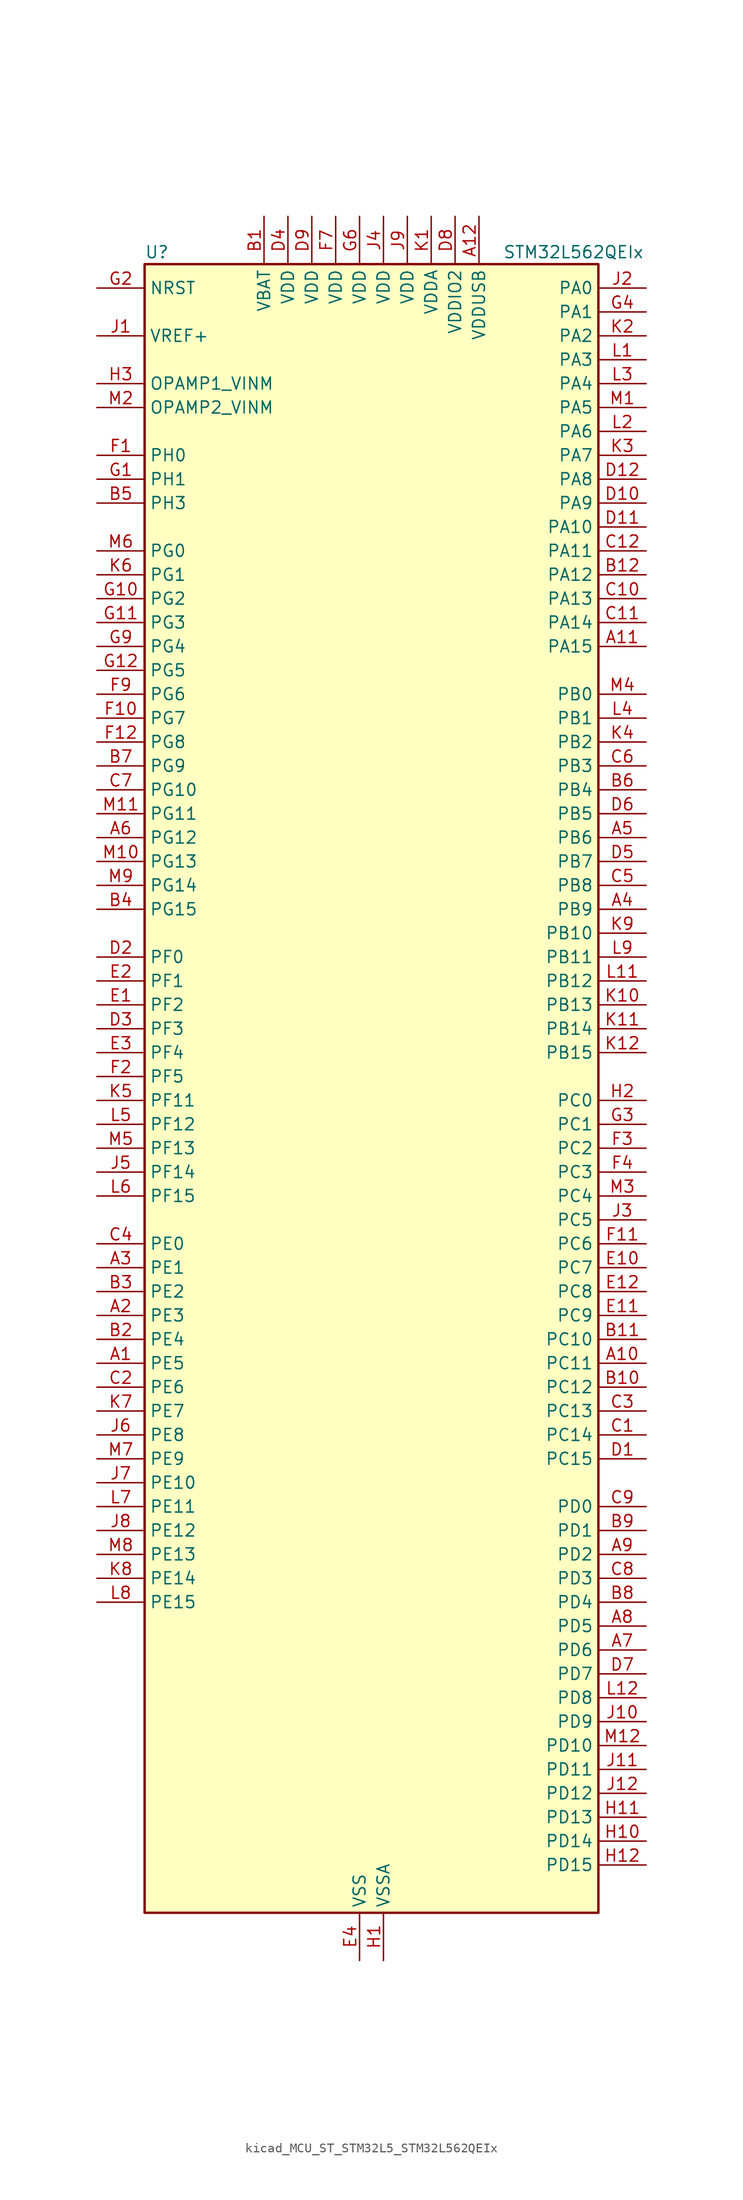
<source format=kicad_sym>
(kicad_symbol_lib
  (version 20220914)
  (generator kicad_symbol_editor)
  (symbol "kicad_MCU_ST_STM32L5_STM32L562QEIx"
    (property "Reference" "U"
      (at -22.86 90.17 0)
      (effects (font (size 1.27 1.27)) (justify left)))
    (property "Value" "STM32L562QEIx"
      (at 15.24 90.17 0)
      (effects (font (size 1.27 1.27)) (justify left)))
    (property "ki_locked" ""
      (at 0 0 0)
      (effects (font (size 1.27 1.27))))
    (symbol "kicad_MCU_ST_STM32L5_STM32L562QEIx_0_1"
      (rectangle (start -22.86 -86.36) (end 25.4 88.9) (stroke (width 0.254) (type default)) (fill (type background))))
    (symbol "kicad_MCU_ST_STM32L5_STM32L562QEIx_1_1"
      (pin bidirectional line (at -27.94 -27.94 0) (length 5.08) (name "PE5" (effects (font (size 1.27 1.27)))) (number "A1" (effects (font (size 1.27 1.27)))) (alternate "DEBUG_TRACED2" bidirectional line) (alternate "DFSDM1_CKIN3" bidirectional line) (alternate "FMC_A21" bidirectional line) (alternate "SAI1_CK2" bidirectional line) (alternate "SAI1_SCK_A" bidirectional line) (alternate "TIM3_CH3" bidirectional line) (alternate "TSC_G7_IO4" bidirectional line))
      (pin bidirectional line (at 30.48 -27.94 180) (length 5.08) (name "PC11" (effects (font (size 1.27 1.27)))) (number "A10" (effects (font (size 1.27 1.27)))) (alternate "ADC1_EXTI11" bidirectional line) (alternate "ADC2_EXTI11" bidirectional line) (alternate "LPTIM3_IN1" bidirectional line) (alternate "OCTOSPI1_NCS" bidirectional line) (alternate "SAI2_MCLK_B" bidirectional line) (alternate "SDMMC1_D3" bidirectional line) (alternate "SPI3_MISO" bidirectional line) (alternate "TSC_G3_IO3" bidirectional line) (alternate "UART4_RX" bidirectional line) (alternate "UCPD1_FRSTX2" bidirectional line) (alternate "USART3_RX" bidirectional line))
      (pin bidirectional line (at 30.48 48.26 180) (length 5.08) (name "PA15" (effects (font (size 1.27 1.27)))) (number "A11" (effects (font (size 1.27 1.27)))) (alternate "ADC1_EXTI15" bidirectional line) (alternate "ADC2_EXTI15" bidirectional line) (alternate "DEBUG_JTDI" bidirectional line) (alternate "SAI2_FS_B" bidirectional line) (alternate "SPI1_NSS" bidirectional line) (alternate "SPI3_NSS" bidirectional line) (alternate "TIM2_CH1" bidirectional line) (alternate "TIM2_ETR" bidirectional line) (alternate "UART4_DE" bidirectional line) (alternate "UART4_RTS" bidirectional line) (alternate "UCPD1_CC1" bidirectional line) (alternate "USART2_RX" bidirectional line) (alternate "USART3_DE" bidirectional line) (alternate "USART3_RTS" bidirectional line))
      (pin power_in line (at 12.7 93.98 270) (length 5.08) (name "VDDUSB" (effects (font (size 1.27 1.27)))) (number "A12" (effects (font (size 1.27 1.27)))))
      (pin bidirectional line (at -27.94 -22.86 0) (length 5.08) (name "PE3" (effects (font (size 1.27 1.27)))) (number "A2" (effects (font (size 1.27 1.27)))) (alternate "DEBUG_TRACED0" bidirectional line) (alternate "FMC_A19" bidirectional line) (alternate "OCTOSPI1_DQS" bidirectional line) (alternate "SAI1_SD_B" bidirectional line) (alternate "TIM3_CH1" bidirectional line) (alternate "TSC_G7_IO2" bidirectional line))
      (pin bidirectional line (at -27.94 -17.78 0) (length 5.08) (name "PE1" (effects (font (size 1.27 1.27)))) (number "A3" (effects (font (size 1.27 1.27)))) (alternate "FMC_NBL1" bidirectional line) (alternate "TIM17_CH1" bidirectional line))
      (pin bidirectional line (at 30.48 20.32 180) (length 5.08) (name "PB9" (effects (font (size 1.27 1.27)))) (number "A4" (effects (font (size 1.27 1.27)))) (alternate "DAC1_EXTI9" bidirectional line) (alternate "FDCAN1_TX" bidirectional line) (alternate "I2C1_SDA" bidirectional line) (alternate "IR_OUT" bidirectional line) (alternate "SAI1_D2" bidirectional line) (alternate "SAI1_FS_A" bidirectional line) (alternate "SDMMC1_CDIR" bidirectional line) (alternate "SDMMC1_D5" bidirectional line) (alternate "SPI2_NSS" bidirectional line) (alternate "TIM17_CH1" bidirectional line) (alternate "TIM4_CH4" bidirectional line))
      (pin bidirectional line (at 30.48 27.94 180) (length 5.08) (name "PB6" (effects (font (size 1.27 1.27)))) (number "A5" (effects (font (size 1.27 1.27)))) (alternate "COMP2_INP" bidirectional line) (alternate "I2C1_SCL" bidirectional line) (alternate "I2C4_SCL" bidirectional line) (alternate "LPTIM1_ETR" bidirectional line) (alternate "SAI1_FS_B" bidirectional line) (alternate "TIM16_CH1N" bidirectional line) (alternate "TIM4_CH1" bidirectional line) (alternate "TIM8_BKIN2" bidirectional line) (alternate "TSC_G2_IO3" bidirectional line) (alternate "USART1_TX" bidirectional line))
      (pin bidirectional line (at -27.94 27.94 0) (length 5.08) (name "PG12" (effects (font (size 1.27 1.27)))) (number "A6" (effects (font (size 1.27 1.27)))) (alternate "FMC_NE4" bidirectional line) (alternate "LPTIM1_ETR" bidirectional line) (alternate "SAI2_SD_A" bidirectional line) (alternate "SPI3_NSS" bidirectional line) (alternate "USART1_DE" bidirectional line) (alternate "USART1_RTS" bidirectional line))
      (pin bidirectional line (at 30.48 -58.42 180) (length 5.08) (name "PD6" (effects (font (size 1.27 1.27)))) (number "A7" (effects (font (size 1.27 1.27)))) (alternate "DFSDM1_DATIN1" bidirectional line) (alternate "FMC_NWAIT" bidirectional line) (alternate "OCTOSPI1_IO6" bidirectional line) (alternate "SAI1_D1" bidirectional line) (alternate "SAI1_SD_A" bidirectional line) (alternate "SPI3_MOSI" bidirectional line) (alternate "USART2_RX" bidirectional line))
      (pin bidirectional line (at 30.48 -55.88 180) (length 5.08) (name "PD5" (effects (font (size 1.27 1.27)))) (number "A8" (effects (font (size 1.27 1.27)))) (alternate "FMC_NWE" bidirectional line) (alternate "OCTOSPI1_IO5" bidirectional line) (alternate "USART2_TX" bidirectional line))
      (pin bidirectional line (at 30.48 -48.26 180) (length 5.08) (name "PD2" (effects (font (size 1.27 1.27)))) (number "A9" (effects (font (size 1.27 1.27)))) (alternate "DEBUG_TRACED2" bidirectional line) (alternate "SDMMC1_CMD" bidirectional line) (alternate "TIM3_ETR" bidirectional line) (alternate "TSC_SYNC" bidirectional line) (alternate "UART5_RX" bidirectional line) (alternate "USART3_DE" bidirectional line) (alternate "USART3_RTS" bidirectional line))
      (pin power_in line (at -10.16 93.98 270) (length 5.08) (name "VBAT" (effects (font (size 1.27 1.27)))) (number "B1" (effects (font (size 1.27 1.27)))))
      (pin bidirectional line (at 30.48 -30.48 180) (length 5.08) (name "PC12" (effects (font (size 1.27 1.27)))) (number "B10" (effects (font (size 1.27 1.27)))) (alternate "DEBUG_TRACED3" bidirectional line) (alternate "SAI2_SD_B" bidirectional line) (alternate "SDMMC1_CK" bidirectional line) (alternate "SPI3_MOSI" bidirectional line) (alternate "TSC_G3_IO4" bidirectional line) (alternate "UART5_TX" bidirectional line) (alternate "USART3_CK" bidirectional line))
      (pin bidirectional line (at 30.48 -25.4 180) (length 5.08) (name "PC10" (effects (font (size 1.27 1.27)))) (number "B11" (effects (font (size 1.27 1.27)))) (alternate "DEBUG_TRACED1" bidirectional line) (alternate "LPTIM3_ETR" bidirectional line) (alternate "SAI2_SCK_B" bidirectional line) (alternate "SDMMC1_D2" bidirectional line) (alternate "SPI3_SCK" bidirectional line) (alternate "TSC_G3_IO2" bidirectional line) (alternate "UART4_TX" bidirectional line) (alternate "USART3_TX" bidirectional line))
      (pin bidirectional line (at 30.48 55.88 180) (length 5.08) (name "PA12" (effects (font (size 1.27 1.27)))) (number "B12" (effects (font (size 1.27 1.27)))) (alternate "FDCAN1_TX" bidirectional line) (alternate "SPI1_MOSI" bidirectional line) (alternate "TIM1_ETR" bidirectional line) (alternate "USART1_DE" bidirectional line) (alternate "USART1_RTS" bidirectional line) (alternate "USB_DP" bidirectional line))
      (pin bidirectional line (at -27.94 -25.4 0) (length 5.08) (name "PE4" (effects (font (size 1.27 1.27)))) (number "B2" (effects (font (size 1.27 1.27)))) (alternate "DEBUG_TRACED1" bidirectional line) (alternate "DFSDM1_DATIN3" bidirectional line) (alternate "FMC_A20" bidirectional line) (alternate "SAI1_D2" bidirectional line) (alternate "SAI1_FS_A" bidirectional line) (alternate "TIM3_CH2" bidirectional line) (alternate "TSC_G7_IO3" bidirectional line))
      (pin bidirectional line (at -27.94 -20.32 0) (length 5.08) (name "PE2" (effects (font (size 1.27 1.27)))) (number "B3" (effects (font (size 1.27 1.27)))) (alternate "DEBUG_TRACECLK" bidirectional line) (alternate "FMC_A23" bidirectional line) (alternate "SAI1_CK1" bidirectional line) (alternate "SAI1_MCLK_A" bidirectional line) (alternate "TIM3_ETR" bidirectional line) (alternate "TSC_G7_IO1" bidirectional line))
      (pin bidirectional line (at -27.94 20.32 0) (length 5.08) (name "PG15" (effects (font (size 1.27 1.27)))) (number "B4" (effects (font (size 1.27 1.27)))) (alternate "ADC1_EXTI15" bidirectional line) (alternate "ADC2_EXTI15" bidirectional line) (alternate "I2C1_SMBA" bidirectional line) (alternate "LPTIM1_OUT" bidirectional line))
      (pin bidirectional line (at -27.94 63.5 0) (length 5.08) (name "PH3" (effects (font (size 1.27 1.27)))) (number "B5" (effects (font (size 1.27 1.27)))))
      (pin bidirectional line (at 30.48 33.02 180) (length 5.08) (name "PB4" (effects (font (size 1.27 1.27)))) (number "B6" (effects (font (size 1.27 1.27)))) (alternate "COMP2_INP" bidirectional line) (alternate "DEBUG_JTRST" bidirectional line) (alternate "I2C3_SDA" bidirectional line) (alternate "SAI1_MCLK_B" bidirectional line) (alternate "SPI1_MISO" bidirectional line) (alternate "SPI3_MISO" bidirectional line) (alternate "TIM17_BKIN" bidirectional line) (alternate "TIM3_CH1" bidirectional line) (alternate "TSC_G2_IO1" bidirectional line) (alternate "UART5_DE" bidirectional line) (alternate "UART5_RTS" bidirectional line) (alternate "USART1_CTS" bidirectional line) (alternate "USART1_NSS" bidirectional line))
      (pin bidirectional line (at -27.94 35.56 0) (length 5.08) (name "PG9" (effects (font (size 1.27 1.27)))) (number "B7" (effects (font (size 1.27 1.27)))) (alternate "DAC1_EXTI9" bidirectional line) (alternate "FMC_NCE" bidirectional line) (alternate "FMC_NE2" bidirectional line) (alternate "SAI2_SCK_A" bidirectional line) (alternate "SPI3_SCK" bidirectional line) (alternate "TIM15_CH1N" bidirectional line) (alternate "USART1_TX" bidirectional line))
      (pin bidirectional line (at 30.48 -53.34 180) (length 5.08) (name "PD4" (effects (font (size 1.27 1.27)))) (number "B8" (effects (font (size 1.27 1.27)))) (alternate "DFSDM1_CKIN0" bidirectional line) (alternate "FMC_NOE" bidirectional line) (alternate "OCTOSPI1_IO4" bidirectional line) (alternate "SPI2_MOSI" bidirectional line) (alternate "USART2_DE" bidirectional line) (alternate "USART2_RTS" bidirectional line))
      (pin bidirectional line (at 30.48 -45.72 180) (length 5.08) (name "PD1" (effects (font (size 1.27 1.27)))) (number "B9" (effects (font (size 1.27 1.27)))) (alternate "FDCAN1_TX" bidirectional line) (alternate "FMC_D3" bidirectional line) (alternate "FMC_DA3" bidirectional line) (alternate "SPI2_SCK" bidirectional line))
      (pin bidirectional line (at 30.48 -35.56 180) (length 5.08) (name "PC14" (effects (font (size 1.27 1.27)))) (number "C1" (effects (font (size 1.27 1.27)))) (alternate "RCC_OSC32_IN" bidirectional line))
      (pin bidirectional line (at 30.48 53.34 180) (length 5.08) (name "PA13" (effects (font (size 1.27 1.27)))) (number "C10" (effects (font (size 1.27 1.27)))) (alternate "DEBUG_JTMS-SWDIO" bidirectional line) (alternate "IR_OUT" bidirectional line) (alternate "SAI1_SD_B" bidirectional line) (alternate "USB_NOE" bidirectional line))
      (pin bidirectional line (at 30.48 50.8 180) (length 5.08) (name "PA14" (effects (font (size 1.27 1.27)))) (number "C11" (effects (font (size 1.27 1.27)))) (alternate "DEBUG_JTCK-SWCLK" bidirectional line) (alternate "I2C1_SMBA" bidirectional line) (alternate "I2C4_SMBA" bidirectional line) (alternate "LPTIM1_OUT" bidirectional line) (alternate "SAI1_FS_B" bidirectional line))
      (pin bidirectional line (at 30.48 58.42 180) (length 5.08) (name "PA11" (effects (font (size 1.27 1.27)))) (number "C12" (effects (font (size 1.27 1.27)))) (alternate "ADC1_EXTI11" bidirectional line) (alternate "ADC2_EXTI11" bidirectional line) (alternate "FDCAN1_RX" bidirectional line) (alternate "SPI1_MISO" bidirectional line) (alternate "TIM1_BKIN2" bidirectional line) (alternate "TIM1_CH4" bidirectional line) (alternate "USART1_CTS" bidirectional line) (alternate "USART1_NSS" bidirectional line) (alternate "USB_DM" bidirectional line))
      (pin bidirectional line (at -27.94 -30.48 0) (length 5.08) (name "PE6" (effects (font (size 1.27 1.27)))) (number "C2" (effects (font (size 1.27 1.27)))) (alternate "DEBUG_TRACED3" bidirectional line) (alternate "FMC_A22" bidirectional line) (alternate "PWR_WKUP3" bidirectional line) (alternate "SAI1_D1" bidirectional line) (alternate "SAI1_SD_A" bidirectional line) (alternate "TAMP_IN3" bidirectional line) (alternate "TAMP_OUT6" bidirectional line) (alternate "TIM3_CH4" bidirectional line))
      (pin bidirectional line (at 30.48 -33.02 180) (length 5.08) (name "PC13" (effects (font (size 1.27 1.27)))) (number "C3" (effects (font (size 1.27 1.27)))) (alternate "PWR_WKUP2" bidirectional line) (alternate "RTC_OUT1" bidirectional line) (alternate "RTC_TS" bidirectional line) (alternate "TAMP_IN1" bidirectional line) (alternate "TAMP_OUT2" bidirectional line))
      (pin bidirectional line (at -27.94 -15.24 0) (length 5.08) (name "PE0" (effects (font (size 1.27 1.27)))) (number "C4" (effects (font (size 1.27 1.27)))) (alternate "FMC_NBL0" bidirectional line) (alternate "TIM16_CH1" bidirectional line) (alternate "TIM4_ETR" bidirectional line))
      (pin bidirectional line (at 30.48 22.86 180) (length 5.08) (name "PB8" (effects (font (size 1.27 1.27)))) (number "C5" (effects (font (size 1.27 1.27)))) (alternate "DFSDM1_CKOUT" bidirectional line) (alternate "FDCAN1_RX" bidirectional line) (alternate "I2C1_SCL" bidirectional line) (alternate "SAI1_CK1" bidirectional line) (alternate "SAI1_MCLK_A" bidirectional line) (alternate "SDMMC1_CKIN" bidirectional line) (alternate "SDMMC1_D4" bidirectional line) (alternate "TIM16_CH1" bidirectional line) (alternate "TIM4_CH3" bidirectional line))
      (pin bidirectional line (at 30.48 35.56 180) (length 5.08) (name "PB3" (effects (font (size 1.27 1.27)))) (number "C6" (effects (font (size 1.27 1.27)))) (alternate "COMP2_INM" bidirectional line) (alternate "CRS_SYNC" bidirectional line) (alternate "DEBUG_JTDO-SWO" bidirectional line) (alternate "SAI1_SCK_B" bidirectional line) (alternate "SPI1_SCK" bidirectional line) (alternate "SPI3_SCK" bidirectional line) (alternate "TIM2_CH2" bidirectional line) (alternate "USART1_DE" bidirectional line) (alternate "USART1_RTS" bidirectional line))
      (pin bidirectional line (at -27.94 33.02 0) (length 5.08) (name "PG10" (effects (font (size 1.27 1.27)))) (number "C7" (effects (font (size 1.27 1.27)))) (alternate "FMC_NE3" bidirectional line) (alternate "LPTIM1_IN1" bidirectional line) (alternate "SAI2_FS_A" bidirectional line) (alternate "SPI3_MISO" bidirectional line) (alternate "TIM15_CH1" bidirectional line) (alternate "USART1_RX" bidirectional line))
      (pin bidirectional line (at 30.48 -50.8 180) (length 5.08) (name "PD3" (effects (font (size 1.27 1.27)))) (number "C8" (effects (font (size 1.27 1.27)))) (alternate "DFSDM1_DATIN0" bidirectional line) (alternate "FMC_CLK" bidirectional line) (alternate "SPI2_MISO" bidirectional line) (alternate "SPI2_SCK" bidirectional line) (alternate "USART2_CTS" bidirectional line) (alternate "USART2_NSS" bidirectional line))
      (pin bidirectional line (at 30.48 -43.18 180) (length 5.08) (name "PD0" (effects (font (size 1.27 1.27)))) (number "C9" (effects (font (size 1.27 1.27)))) (alternate "FDCAN1_RX" bidirectional line) (alternate "FMC_D2" bidirectional line) (alternate "FMC_DA2" bidirectional line) (alternate "SPI2_NSS" bidirectional line))
      (pin bidirectional line (at 30.48 -38.1 180) (length 5.08) (name "PC15" (effects (font (size 1.27 1.27)))) (number "D1" (effects (font (size 1.27 1.27)))) (alternate "ADC1_EXTI15" bidirectional line) (alternate "ADC2_EXTI15" bidirectional line) (alternate "RCC_OSC32_OUT" bidirectional line))
      (pin bidirectional line (at 30.48 63.5 180) (length 5.08) (name "PA9" (effects (font (size 1.27 1.27)))) (number "D10" (effects (font (size 1.27 1.27)))) (alternate "DAC1_EXTI9" bidirectional line) (alternate "SAI1_FS_A" bidirectional line) (alternate "SPI2_SCK" bidirectional line) (alternate "TIM15_BKIN" bidirectional line) (alternate "TIM1_CH2" bidirectional line) (alternate "USART1_TX" bidirectional line))
      (pin bidirectional line (at 30.48 60.96 180) (length 5.08) (name "PA10" (effects (font (size 1.27 1.27)))) (number "D11" (effects (font (size 1.27 1.27)))) (alternate "CRS_SYNC" bidirectional line) (alternate "SAI1_D1" bidirectional line) (alternate "SAI1_SD_A" bidirectional line) (alternate "TIM17_BKIN" bidirectional line) (alternate "TIM1_CH3" bidirectional line) (alternate "USART1_RX" bidirectional line))
      (pin bidirectional line (at 30.48 66.04 180) (length 5.08) (name "PA8" (effects (font (size 1.27 1.27)))) (number "D12" (effects (font (size 1.27 1.27)))) (alternate "LPTIM2_OUT" bidirectional line) (alternate "RCC_MCO" bidirectional line) (alternate "SAI1_CK2" bidirectional line) (alternate "SAI1_SCK_A" bidirectional line) (alternate "TIM1_CH1" bidirectional line) (alternate "USART1_CK" bidirectional line))
      (pin bidirectional line (at -27.94 15.24 0) (length 5.08) (name "PF0" (effects (font (size 1.27 1.27)))) (number "D2" (effects (font (size 1.27 1.27)))) (alternate "FMC_A0" bidirectional line) (alternate "I2C2_SDA" bidirectional line))
      (pin bidirectional line (at -27.94 7.62 0) (length 5.08) (name "PF3" (effects (font (size 1.27 1.27)))) (number "D3" (effects (font (size 1.27 1.27)))) (alternate "FMC_A3" bidirectional line) (alternate "LPTIM3_IN1" bidirectional line))
      (pin power_in line (at -7.62 93.98 270) (length 5.08) (name "VDD" (effects (font (size 1.27 1.27)))) (number "D4" (effects (font (size 1.27 1.27)))))
      (pin bidirectional line (at 30.48 25.4 180) (length 5.08) (name "PB7" (effects (font (size 1.27 1.27)))) (number "D5" (effects (font (size 1.27 1.27)))) (alternate "COMP2_INM" bidirectional line) (alternate "FMC_NL" bidirectional line) (alternate "I2C1_SDA" bidirectional line) (alternate "I2C4_SDA" bidirectional line) (alternate "LPTIM1_IN2" bidirectional line) (alternate "PWR_PVD_IN" bidirectional line) (alternate "TIM17_CH1N" bidirectional line) (alternate "TIM4_CH2" bidirectional line) (alternate "TIM8_BKIN" bidirectional line) (alternate "TSC_G2_IO4" bidirectional line) (alternate "UART4_CTS" bidirectional line) (alternate "USART1_RX" bidirectional line))
      (pin bidirectional line (at 30.48 30.48 180) (length 5.08) (name "PB5" (effects (font (size 1.27 1.27)))) (number "D6" (effects (font (size 1.27 1.27)))) (alternate "COMP2_OUT" bidirectional line) (alternate "I2C1_SMBA" bidirectional line) (alternate "LPTIM1_IN1" bidirectional line) (alternate "OCTOSPI1_NCLK" bidirectional line) (alternate "SAI1_SD_B" bidirectional line) (alternate "SPI1_MOSI" bidirectional line) (alternate "SPI3_MOSI" bidirectional line) (alternate "TIM16_BKIN" bidirectional line) (alternate "TIM3_CH2" bidirectional line) (alternate "TSC_G2_IO2" bidirectional line) (alternate "UART5_CTS" bidirectional line) (alternate "UCPD1_DBCC1" bidirectional line) (alternate "USART1_CK" bidirectional line))
      (pin bidirectional line (at 30.48 -60.96 180) (length 5.08) (name "PD7" (effects (font (size 1.27 1.27)))) (number "D7" (effects (font (size 1.27 1.27)))) (alternate "DFSDM1_CKIN1" bidirectional line) (alternate "FMC_NCE" bidirectional line) (alternate "FMC_NE1" bidirectional line) (alternate "OCTOSPI1_IO7" bidirectional line) (alternate "USART2_CK" bidirectional line))
      (pin power_in line (at 10.16 93.98 270) (length 5.08) (name "VDDIO2" (effects (font (size 1.27 1.27)))) (number "D8" (effects (font (size 1.27 1.27)))))
      (pin power_in line (at -5.08 93.98 270) (length 5.08) (name "VDD" (effects (font (size 1.27 1.27)))) (number "D9" (effects (font (size 1.27 1.27)))))
      (pin bidirectional line (at -27.94 10.16 0) (length 5.08) (name "PF2" (effects (font (size 1.27 1.27)))) (number "E1" (effects (font (size 1.27 1.27)))) (alternate "FMC_A2" bidirectional line) (alternate "I2C2_SMBA" bidirectional line))
      (pin bidirectional line (at 30.48 -17.78 180) (length 5.08) (name "PC7" (effects (font (size 1.27 1.27)))) (number "E10" (effects (font (size 1.27 1.27)))) (alternate "DFSDM1_DATIN3" bidirectional line) (alternate "SAI2_MCLK_B" bidirectional line) (alternate "SDMMC1_D123DIR" bidirectional line) (alternate "SDMMC1_D7" bidirectional line) (alternate "TIM3_CH2" bidirectional line) (alternate "TIM8_CH2" bidirectional line) (alternate "TSC_G4_IO2" bidirectional line))
      (pin bidirectional line (at 30.48 -22.86 180) (length 5.08) (name "PC9" (effects (font (size 1.27 1.27)))) (number "E11" (effects (font (size 1.27 1.27)))) (alternate "DAC1_EXTI9" bidirectional line) (alternate "DEBUG_TRACED0" bidirectional line) (alternate "SAI2_EXTCLK" bidirectional line) (alternate "SDMMC1_D1" bidirectional line) (alternate "TIM3_CH4" bidirectional line) (alternate "TIM8_BKIN2" bidirectional line) (alternate "TIM8_CH4" bidirectional line) (alternate "TSC_G4_IO4" bidirectional line) (alternate "USB_NOE" bidirectional line))
      (pin bidirectional line (at 30.48 -20.32 180) (length 5.08) (name "PC8" (effects (font (size 1.27 1.27)))) (number "E12" (effects (font (size 1.27 1.27)))) (alternate "SDMMC1_D0" bidirectional line) (alternate "TIM3_CH3" bidirectional line) (alternate "TIM8_CH3" bidirectional line) (alternate "TSC_G4_IO3" bidirectional line))
      (pin bidirectional line (at -27.94 12.7 0) (length 5.08) (name "PF1" (effects (font (size 1.27 1.27)))) (number "E2" (effects (font (size 1.27 1.27)))) (alternate "FMC_A1" bidirectional line) (alternate "I2C2_SCL" bidirectional line))
      (pin bidirectional line (at -27.94 5.08 0) (length 5.08) (name "PF4" (effects (font (size 1.27 1.27)))) (number "E3" (effects (font (size 1.27 1.27)))) (alternate "FMC_A4" bidirectional line) (alternate "LPTIM3_ETR" bidirectional line))
      (pin power_in line (at 0 -91.44 90) (length 5.08) (name "VSS" (effects (font (size 1.27 1.27)))) (number "E4" (effects (font (size 1.27 1.27)))))
      (pin passive line (at 0 -91.44 90) (length 5.08) hide (name "VSS" (effects (font (size 1.27 1.27)))) (number "E9" (effects (font (size 1.27 1.27)))))
      (pin bidirectional line (at -27.94 68.58 0) (length 5.08) (name "PH0" (effects (font (size 1.27 1.27)))) (number "F1" (effects (font (size 1.27 1.27)))) (alternate "RCC_OSC_IN" bidirectional line))
      (pin bidirectional line (at -27.94 40.64 0) (length 5.08) (name "PG7" (effects (font (size 1.27 1.27)))) (number "F10" (effects (font (size 1.27 1.27)))) (alternate "DFSDM1_CKOUT" bidirectional line) (alternate "FMC_INT" bidirectional line) (alternate "I2C3_SCL" bidirectional line) (alternate "LPUART1_TX" bidirectional line) (alternate "SAI1_CK1" bidirectional line) (alternate "SAI1_MCLK_A" bidirectional line) (alternate "UCPD1_FRSTX2" bidirectional line))
      (pin bidirectional line (at 30.48 -15.24 180) (length 5.08) (name "PC6" (effects (font (size 1.27 1.27)))) (number "F11" (effects (font (size 1.27 1.27)))) (alternate "DFSDM1_CKIN3" bidirectional line) (alternate "SAI2_MCLK_A" bidirectional line) (alternate "SDMMC1_D0DIR" bidirectional line) (alternate "SDMMC1_D6" bidirectional line) (alternate "TIM3_CH1" bidirectional line) (alternate "TIM8_CH1" bidirectional line) (alternate "TSC_G4_IO1" bidirectional line))
      (pin bidirectional line (at -27.94 38.1 0) (length 5.08) (name "PG8" (effects (font (size 1.27 1.27)))) (number "F12" (effects (font (size 1.27 1.27)))) (alternate "I2C3_SDA" bidirectional line) (alternate "LPUART1_RX" bidirectional line))
      (pin bidirectional line (at -27.94 2.54 0) (length 5.08) (name "PF5" (effects (font (size 1.27 1.27)))) (number "F2" (effects (font (size 1.27 1.27)))) (alternate "FMC_A5" bidirectional line) (alternate "LPTIM3_OUT" bidirectional line))
      (pin bidirectional line (at 30.48 -5.08 180) (length 5.08) (name "PC2" (effects (font (size 1.27 1.27)))) (number "F3" (effects (font (size 1.27 1.27)))) (alternate "ADC1_IN3" bidirectional line) (alternate "ADC2_IN3" bidirectional line) (alternate "DFSDM1_CKOUT" bidirectional line) (alternate "LPTIM1_IN2" bidirectional line) (alternate "OCTOSPI1_IO5" bidirectional line) (alternate "SPI2_MISO" bidirectional line))
      (pin bidirectional line (at 30.48 -7.62 180) (length 5.08) (name "PC3" (effects (font (size 1.27 1.27)))) (number "F4" (effects (font (size 1.27 1.27)))) (alternate "ADC1_IN4" bidirectional line) (alternate "ADC2_IN4" bidirectional line) (alternate "LPTIM1_ETR" bidirectional line) (alternate "LPTIM2_ETR" bidirectional line) (alternate "LPTIM3_OUT" bidirectional line) (alternate "OCTOSPI1_IO6" bidirectional line) (alternate "SAI1_D1" bidirectional line) (alternate "SAI1_SD_A" bidirectional line) (alternate "SPI2_MOSI" bidirectional line))
      (pin passive line (at 0 -91.44 90) (length 5.08) hide (name "VSS" (effects (font (size 1.27 1.27)))) (number "F6" (effects (font (size 1.27 1.27)))))
      (pin power_in line (at -2.54 93.98 270) (length 5.08) (name "VDD" (effects (font (size 1.27 1.27)))) (number "F7" (effects (font (size 1.27 1.27)))))
      (pin bidirectional line (at -27.94 43.18 0) (length 5.08) (name "PG6" (effects (font (size 1.27 1.27)))) (number "F9" (effects (font (size 1.27 1.27)))) (alternate "I2C3_SMBA" bidirectional line) (alternate "LPUART1_DE" bidirectional line) (alternate "LPUART1_RTS" bidirectional line) (alternate "OCTOSPI1_DQS" bidirectional line) (alternate "UCPD1_FRSTX1" bidirectional line))
      (pin bidirectional line (at -27.94 66.04 0) (length 5.08) (name "PH1" (effects (font (size 1.27 1.27)))) (number "G1" (effects (font (size 1.27 1.27)))) (alternate "RCC_OSC_OUT" bidirectional line))
      (pin bidirectional line (at -27.94 53.34 0) (length 5.08) (name "PG2" (effects (font (size 1.27 1.27)))) (number "G10" (effects (font (size 1.27 1.27)))) (alternate "FMC_A12" bidirectional line) (alternate "SAI2_SCK_B" bidirectional line) (alternate "SPI1_SCK" bidirectional line))
      (pin bidirectional line (at -27.94 50.8 0) (length 5.08) (name "PG3" (effects (font (size 1.27 1.27)))) (number "G11" (effects (font (size 1.27 1.27)))) (alternate "FMC_A13" bidirectional line) (alternate "SAI2_FS_B" bidirectional line) (alternate "SPI1_MISO" bidirectional line))
      (pin bidirectional line (at -27.94 45.72 0) (length 5.08) (name "PG5" (effects (font (size 1.27 1.27)))) (number "G12" (effects (font (size 1.27 1.27)))) (alternate "FMC_A15" bidirectional line) (alternate "LPUART1_CTS" bidirectional line) (alternate "SAI2_SD_B" bidirectional line) (alternate "SPI1_NSS" bidirectional line))
      (pin input line (at -27.94 86.36 0) (length 5.08) (name "NRST" (effects (font (size 1.27 1.27)))) (number "G2" (effects (font (size 1.27 1.27)))))
      (pin bidirectional line (at 30.48 -2.54 180) (length 5.08) (name "PC1" (effects (font (size 1.27 1.27)))) (number "G3" (effects (font (size 1.27 1.27)))) (alternate "ADC1_IN2" bidirectional line) (alternate "ADC2_IN2" bidirectional line) (alternate "DEBUG_TRACED0" bidirectional line) (alternate "I2C3_SDA" bidirectional line) (alternate "LPTIM1_OUT" bidirectional line) (alternate "LPUART1_TX" bidirectional line) (alternate "OCTOSPI1_IO4" bidirectional line) (alternate "SAI1_SD_A" bidirectional line) (alternate "SPI2_MOSI" bidirectional line))
      (pin bidirectional line (at 30.48 83.82 180) (length 5.08) (name "PA1" (effects (font (size 1.27 1.27)))) (number "G4" (effects (font (size 1.27 1.27)))) (alternate "ADC1_IN6" bidirectional line) (alternate "ADC2_IN6" bidirectional line) (alternate "I2C1_SMBA" bidirectional line) (alternate "OCTOSPI1_DQS" bidirectional line) (alternate "OPAMP1_VINM" bidirectional line) (alternate "SPI1_SCK" bidirectional line) (alternate "TAMP_IN5" bidirectional line) (alternate "TAMP_OUT4" bidirectional line) (alternate "TIM15_CH1N" bidirectional line) (alternate "TIM2_CH2" bidirectional line) (alternate "TIM5_CH2" bidirectional line) (alternate "UART4_RX" bidirectional line) (alternate "USART2_DE" bidirectional line) (alternate "USART2_RTS" bidirectional line))
      (pin power_in line (at 0 93.98 270) (length 5.08) (name "VDD" (effects (font (size 1.27 1.27)))) (number "G6" (effects (font (size 1.27 1.27)))))
      (pin passive line (at 0 -91.44 90) (length 5.08) hide (name "VSS" (effects (font (size 1.27 1.27)))) (number "G7" (effects (font (size 1.27 1.27)))))
      (pin bidirectional line (at -27.94 48.26 0) (length 5.08) (name "PG4" (effects (font (size 1.27 1.27)))) (number "G9" (effects (font (size 1.27 1.27)))) (alternate "FMC_A14" bidirectional line) (alternate "SAI2_MCLK_B" bidirectional line) (alternate "SPI1_MOSI" bidirectional line))
      (pin power_in line (at 2.54 -91.44 90) (length 5.08) (name "VSSA" (effects (font (size 1.27 1.27)))) (number "H1" (effects (font (size 1.27 1.27)))))
      (pin bidirectional line (at 30.48 -78.74 180) (length 5.08) (name "PD14" (effects (font (size 1.27 1.27)))) (number "H10" (effects (font (size 1.27 1.27)))) (alternate "FMC_D0" bidirectional line) (alternate "FMC_DA0" bidirectional line) (alternate "TIM4_CH3" bidirectional line))
      (pin bidirectional line (at 30.48 -76.2 180) (length 5.08) (name "PD13" (effects (font (size 1.27 1.27)))) (number "H11" (effects (font (size 1.27 1.27)))) (alternate "FMC_A18" bidirectional line) (alternate "I2C4_SDA" bidirectional line) (alternate "LPTIM2_OUT" bidirectional line) (alternate "TIM4_CH2" bidirectional line) (alternate "TSC_G6_IO4" bidirectional line))
      (pin bidirectional line (at 30.48 -81.28 180) (length 5.08) (name "PD15" (effects (font (size 1.27 1.27)))) (number "H12" (effects (font (size 1.27 1.27)))) (alternate "ADC1_EXTI15" bidirectional line) (alternate "ADC2_EXTI15" bidirectional line) (alternate "FMC_D1" bidirectional line) (alternate "FMC_DA1" bidirectional line) (alternate "TIM4_CH4" bidirectional line))
      (pin bidirectional line (at 30.48 0 180) (length 5.08) (name "PC0" (effects (font (size 1.27 1.27)))) (number "H2" (effects (font (size 1.27 1.27)))) (alternate "ADC1_IN1" bidirectional line) (alternate "ADC2_IN1" bidirectional line) (alternate "I2C3_SCL" bidirectional line) (alternate "LPTIM1_IN1" bidirectional line) (alternate "LPTIM2_IN1" bidirectional line) (alternate "LPUART1_RX" bidirectional line) (alternate "OCTOSPI1_IO7" bidirectional line) (alternate "SAI2_FS_A" bidirectional line) (alternate "SDMMC1_D5" bidirectional line))
      (pin bidirectional line (at -27.94 76.2 0) (length 5.08) (name "OPAMP1_VINM" (effects (font (size 1.27 1.27)))) (number "H3" (effects (font (size 1.27 1.27)))) (alternate "OPAMP1_VINM" bidirectional line))
      (pin passive line (at 0 -91.44 90) (length 5.08) hide (name "VSS" (effects (font (size 1.27 1.27)))) (number "H4" (effects (font (size 1.27 1.27)))))
      (pin passive line (at 0 -91.44 90) (length 5.08) hide (name "VSS" (effects (font (size 1.27 1.27)))) (number "H9" (effects (font (size 1.27 1.27)))))
      (pin input line (at -27.94 81.28 0) (length 5.08) (name "VREF+" (effects (font (size 1.27 1.27)))) (number "J1" (effects (font (size 1.27 1.27)))))
      (pin bidirectional line (at 30.48 -66.04 180) (length 5.08) (name "PD9" (effects (font (size 1.27 1.27)))) (number "J10" (effects (font (size 1.27 1.27)))) (alternate "DAC1_EXTI9" bidirectional line) (alternate "FMC_D14" bidirectional line) (alternate "FMC_DA14" bidirectional line) (alternate "SAI2_MCLK_A" bidirectional line) (alternate "USART3_RX" bidirectional line))
      (pin bidirectional line (at 30.48 -71.12 180) (length 5.08) (name "PD11" (effects (font (size 1.27 1.27)))) (number "J11" (effects (font (size 1.27 1.27)))) (alternate "ADC1_EXTI11" bidirectional line) (alternate "ADC2_EXTI11" bidirectional line) (alternate "FMC_A16" bidirectional line) (alternate "FMC_CLE" bidirectional line) (alternate "I2C4_SMBA" bidirectional line) (alternate "LPTIM2_ETR" bidirectional line) (alternate "SAI2_SD_A" bidirectional line) (alternate "TSC_G6_IO2" bidirectional line) (alternate "USART3_CTS" bidirectional line) (alternate "USART3_NSS" bidirectional line))
      (pin bidirectional line (at 30.48 -73.66 180) (length 5.08) (name "PD12" (effects (font (size 1.27 1.27)))) (number "J12" (effects (font (size 1.27 1.27)))) (alternate "FMC_A17" bidirectional line) (alternate "FMC_ALE" bidirectional line) (alternate "I2C4_SCL" bidirectional line) (alternate "LPTIM2_IN1" bidirectional line) (alternate "SAI2_FS_A" bidirectional line) (alternate "TIM4_CH1" bidirectional line) (alternate "TSC_G6_IO3" bidirectional line) (alternate "USART3_DE" bidirectional line) (alternate "USART3_RTS" bidirectional line))
      (pin bidirectional line (at 30.48 86.36 180) (length 5.08) (name "PA0" (effects (font (size 1.27 1.27)))) (number "J2" (effects (font (size 1.27 1.27)))) (alternate "ADC1_IN5" bidirectional line) (alternate "ADC2_IN5" bidirectional line) (alternate "OPAMP1_VINP" bidirectional line) (alternate "PWR_WKUP1" bidirectional line) (alternate "SAI1_EXTCLK" bidirectional line) (alternate "TAMP_IN2" bidirectional line) (alternate "TAMP_OUT1" bidirectional line) (alternate "TIM2_CH1" bidirectional line) (alternate "TIM2_ETR" bidirectional line) (alternate "TIM5_CH1" bidirectional line) (alternate "TIM8_ETR" bidirectional line) (alternate "UART4_TX" bidirectional line) (alternate "USART2_CTS" bidirectional line) (alternate "USART2_NSS" bidirectional line))
      (pin bidirectional line (at 30.48 -12.7 180) (length 5.08) (name "PC5" (effects (font (size 1.27 1.27)))) (number "J3" (effects (font (size 1.27 1.27)))) (alternate "ADC1_IN14" bidirectional line) (alternate "ADC2_IN14" bidirectional line) (alternate "COMP1_INP" bidirectional line) (alternate "PWR_WKUP5" bidirectional line) (alternate "SAI1_D3" bidirectional line) (alternate "TAMP_IN4" bidirectional line) (alternate "TAMP_OUT5" bidirectional line) (alternate "USART3_RX" bidirectional line))
      (pin power_in line (at 2.54 93.98 270) (length 5.08) (name "VDD" (effects (font (size 1.27 1.27)))) (number "J4" (effects (font (size 1.27 1.27)))))
      (pin bidirectional line (at -27.94 -7.62 0) (length 5.08) (name "PF14" (effects (font (size 1.27 1.27)))) (number "J5" (effects (font (size 1.27 1.27)))) (alternate "FMC_A8" bidirectional line) (alternate "I2C4_SCL" bidirectional line) (alternate "TSC_G8_IO1" bidirectional line))
      (pin bidirectional line (at -27.94 -35.56 0) (length 5.08) (name "PE8" (effects (font (size 1.27 1.27)))) (number "J6" (effects (font (size 1.27 1.27)))) (alternate "DFSDM1_CKIN2" bidirectional line) (alternate "FMC_D5" bidirectional line) (alternate "FMC_DA5" bidirectional line) (alternate "SAI1_SCK_B" bidirectional line) (alternate "TIM1_CH1N" bidirectional line))
      (pin bidirectional line (at -27.94 -40.64 0) (length 5.08) (name "PE10" (effects (font (size 1.27 1.27)))) (number "J7" (effects (font (size 1.27 1.27)))) (alternate "FMC_D7" bidirectional line) (alternate "FMC_DA7" bidirectional line) (alternate "OCTOSPI1_CLK" bidirectional line) (alternate "SAI1_MCLK_B" bidirectional line) (alternate "TIM1_CH2N" bidirectional line) (alternate "TSC_G5_IO1" bidirectional line))
      (pin bidirectional line (at -27.94 -45.72 0) (length 5.08) (name "PE12" (effects (font (size 1.27 1.27)))) (number "J8" (effects (font (size 1.27 1.27)))) (alternate "FMC_D9" bidirectional line) (alternate "FMC_DA9" bidirectional line) (alternate "OCTOSPI1_IO0" bidirectional line) (alternate "SPI1_NSS" bidirectional line) (alternate "TIM1_CH3N" bidirectional line) (alternate "TSC_G5_IO3" bidirectional line))
      (pin power_in line (at 5.08 93.98 270) (length 5.08) (name "VDD" (effects (font (size 1.27 1.27)))) (number "J9" (effects (font (size 1.27 1.27)))))
      (pin power_in line (at 7.62 93.98 270) (length 5.08) (name "VDDA" (effects (font (size 1.27 1.27)))) (number "K1" (effects (font (size 1.27 1.27)))))
      (pin bidirectional line (at 30.48 10.16 180) (length 5.08) (name "PB13" (effects (font (size 1.27 1.27)))) (number "K10" (effects (font (size 1.27 1.27)))) (alternate "DFSDM1_CKIN1" bidirectional line) (alternate "I2C2_SCL" bidirectional line) (alternate "LPTIM3_IN1" bidirectional line) (alternate "LPUART1_CTS" bidirectional line) (alternate "SAI2_SCK_A" bidirectional line) (alternate "SPI2_SCK" bidirectional line) (alternate "TIM15_CH1N" bidirectional line) (alternate "TIM1_CH1N" bidirectional line) (alternate "TSC_G1_IO2" bidirectional line) (alternate "UCPD1_FRSTX2" bidirectional line) (alternate "USART3_CTS" bidirectional line) (alternate "USART3_NSS" bidirectional line))
      (pin bidirectional line (at 30.48 7.62 180) (length 5.08) (name "PB14" (effects (font (size 1.27 1.27)))) (number "K11" (effects (font (size 1.27 1.27)))) (alternate "DFSDM1_DATIN2" bidirectional line) (alternate "I2C2_SDA" bidirectional line) (alternate "LPTIM3_ETR" bidirectional line) (alternate "SAI2_MCLK_A" bidirectional line) (alternate "SPI2_MISO" bidirectional line) (alternate "TIM15_CH1" bidirectional line) (alternate "TIM1_CH2N" bidirectional line) (alternate "TIM8_CH2N" bidirectional line) (alternate "TSC_G1_IO3" bidirectional line) (alternate "UCPD1_DBCC2" bidirectional line) (alternate "USART3_DE" bidirectional line) (alternate "USART3_RTS" bidirectional line))
      (pin bidirectional line (at 30.48 5.08 180) (length 5.08) (name "PB15" (effects (font (size 1.27 1.27)))) (number "K12" (effects (font (size 1.27 1.27)))) (alternate "ADC1_EXTI15" bidirectional line) (alternate "ADC2_EXTI15" bidirectional line) (alternate "DFSDM1_CKIN2" bidirectional line) (alternate "RTC_REFIN" bidirectional line) (alternate "SAI2_SD_A" bidirectional line) (alternate "SPI2_MOSI" bidirectional line) (alternate "TIM15_CH2" bidirectional line) (alternate "TIM1_CH3N" bidirectional line) (alternate "TIM8_CH3N" bidirectional line) (alternate "UCPD1_CC2" bidirectional line))
      (pin bidirectional line (at 30.48 81.28 180) (length 5.08) (name "PA2" (effects (font (size 1.27 1.27)))) (number "K2" (effects (font (size 1.27 1.27)))) (alternate "ADC1_IN7" bidirectional line) (alternate "ADC2_IN7" bidirectional line) (alternate "COMP1_INP" bidirectional line) (alternate "LPUART1_TX" bidirectional line) (alternate "OCTOSPI1_NCS" bidirectional line) (alternate "PWR_WKUP4" bidirectional line) (alternate "RCC_LSCO" bidirectional line) (alternate "SAI2_EXTCLK" bidirectional line) (alternate "TIM15_CH1" bidirectional line) (alternate "TIM2_CH3" bidirectional line) (alternate "TIM5_CH3" bidirectional line) (alternate "UCPD1_FRSTX1" bidirectional line) (alternate "USART2_TX" bidirectional line))
      (pin bidirectional line (at 30.48 68.58 180) (length 5.08) (name "PA7" (effects (font (size 1.27 1.27)))) (number "K3" (effects (font (size 1.27 1.27)))) (alternate "ADC1_IN12" bidirectional line) (alternate "ADC2_IN12" bidirectional line) (alternate "I2C3_SCL" bidirectional line) (alternate "OCTOSPI1_IO2" bidirectional line) (alternate "OPAMP2_VINM" bidirectional line) (alternate "SPI1_MOSI" bidirectional line) (alternate "TIM17_CH1" bidirectional line) (alternate "TIM1_CH1N" bidirectional line) (alternate "TIM3_CH2" bidirectional line) (alternate "TIM8_CH1N" bidirectional line))
      (pin bidirectional line (at 30.48 38.1 180) (length 5.08) (name "PB2" (effects (font (size 1.27 1.27)))) (number "K4" (effects (font (size 1.27 1.27)))) (alternate "COMP1_INP" bidirectional line) (alternate "DFSDM1_CKIN0" bidirectional line) (alternate "I2C3_SMBA" bidirectional line) (alternate "LPTIM1_OUT" bidirectional line) (alternate "OCTOSPI1_DQS" bidirectional line) (alternate "RTC_OUT2" bidirectional line) (alternate "UCPD1_FRSTX1" bidirectional line))
      (pin bidirectional line (at -27.94 0 0) (length 5.08) (name "PF11" (effects (font (size 1.27 1.27)))) (number "K5" (effects (font (size 1.27 1.27)))) (alternate "ADC1_EXTI11" bidirectional line) (alternate "ADC2_EXTI11" bidirectional line) (alternate "OCTOSPI1_NCLK" bidirectional line))
      (pin bidirectional line (at -27.94 55.88 0) (length 5.08) (name "PG1" (effects (font (size 1.27 1.27)))) (number "K6" (effects (font (size 1.27 1.27)))) (alternate "FMC_A11" bidirectional line) (alternate "TSC_G8_IO4" bidirectional line))
      (pin bidirectional line (at -27.94 -33.02 0) (length 5.08) (name "PE7" (effects (font (size 1.27 1.27)))) (number "K7" (effects (font (size 1.27 1.27)))) (alternate "DFSDM1_DATIN2" bidirectional line) (alternate "FMC_D4" bidirectional line) (alternate "FMC_DA4" bidirectional line) (alternate "SAI1_SD_B" bidirectional line) (alternate "TIM1_ETR" bidirectional line))
      (pin bidirectional line (at -27.94 -50.8 0) (length 5.08) (name "PE14" (effects (font (size 1.27 1.27)))) (number "K8" (effects (font (size 1.27 1.27)))) (alternate "FMC_D11" bidirectional line) (alternate "FMC_DA11" bidirectional line) (alternate "OCTOSPI1_IO2" bidirectional line) (alternate "SPI1_MISO" bidirectional line) (alternate "TIM1_BKIN2" bidirectional line) (alternate "TIM1_CH4" bidirectional line))
      (pin bidirectional line (at 30.48 17.78 180) (length 5.08) (name "PB10" (effects (font (size 1.27 1.27)))) (number "K9" (effects (font (size 1.27 1.27)))) (alternate "COMP1_OUT" bidirectional line) (alternate "I2C2_SCL" bidirectional line) (alternate "I2C4_SCL" bidirectional line) (alternate "LPTIM3_OUT" bidirectional line) (alternate "LPUART1_RX" bidirectional line) (alternate "OCTOSPI1_CLK" bidirectional line) (alternate "SAI1_SCK_A" bidirectional line) (alternate "SPI2_SCK" bidirectional line) (alternate "TIM2_CH3" bidirectional line) (alternate "TSC_SYNC" bidirectional line) (alternate "USART3_TX" bidirectional line))
      (pin bidirectional line (at 30.48 78.74 180) (length 5.08) (name "PA3" (effects (font (size 1.27 1.27)))) (number "L1" (effects (font (size 1.27 1.27)))) (alternate "ADC1_IN8" bidirectional line) (alternate "ADC2_IN8" bidirectional line) (alternate "LPUART1_RX" bidirectional line) (alternate "OCTOSPI1_CLK" bidirectional line) (alternate "OPAMP1_VOUT" bidirectional line) (alternate "SAI1_CK1" bidirectional line) (alternate "SAI1_MCLK_A" bidirectional line) (alternate "TIM15_CH2" bidirectional line) (alternate "TIM2_CH4" bidirectional line) (alternate "TIM5_CH4" bidirectional line) (alternate "USART2_RX" bidirectional line))
      (pin passive line (at 0 -91.44 90) (length 5.08) hide (name "VSS" (effects (font (size 1.27 1.27)))) (number "L10" (effects (font (size 1.27 1.27)))))
      (pin bidirectional line (at 30.48 12.7 180) (length 5.08) (name "PB12" (effects (font (size 1.27 1.27)))) (number "L11" (effects (font (size 1.27 1.27)))) (alternate "DFSDM1_DATIN1" bidirectional line) (alternate "I2C2_SMBA" bidirectional line) (alternate "LPUART1_DE" bidirectional line) (alternate "LPUART1_RTS" bidirectional line) (alternate "OCTOSPI1_NCLK" bidirectional line) (alternate "SAI2_FS_A" bidirectional line) (alternate "SPI2_NSS" bidirectional line) (alternate "TIM15_BKIN" bidirectional line) (alternate "TIM1_BKIN" bidirectional line) (alternate "TSC_G1_IO1" bidirectional line) (alternate "USART3_CK" bidirectional line))
      (pin bidirectional line (at 30.48 -63.5 180) (length 5.08) (name "PD8" (effects (font (size 1.27 1.27)))) (number "L12" (effects (font (size 1.27 1.27)))) (alternate "FMC_D13" bidirectional line) (alternate "FMC_DA13" bidirectional line) (alternate "USART3_TX" bidirectional line))
      (pin bidirectional line (at 30.48 71.12 180) (length 5.08) (name "PA6" (effects (font (size 1.27 1.27)))) (number "L2" (effects (font (size 1.27 1.27)))) (alternate "ADC1_IN11" bidirectional line) (alternate "ADC2_IN11" bidirectional line) (alternate "LPUART1_CTS" bidirectional line) (alternate "OCTOSPI1_IO3" bidirectional line) (alternate "OPAMP2_VINP" bidirectional line) (alternate "SPI1_MISO" bidirectional line) (alternate "TIM16_CH1" bidirectional line) (alternate "TIM1_BKIN" bidirectional line) (alternate "TIM3_CH1" bidirectional line) (alternate "TIM8_BKIN" bidirectional line) (alternate "USART3_CTS" bidirectional line) (alternate "USART3_NSS" bidirectional line))
      (pin bidirectional line (at 30.48 76.2 180) (length 5.08) (name "PA4" (effects (font (size 1.27 1.27)))) (number "L3" (effects (font (size 1.27 1.27)))) (alternate "ADC1_IN9" bidirectional line) (alternate "ADC2_IN9" bidirectional line) (alternate "DAC1_OUT1" bidirectional line) (alternate "LPTIM2_OUT" bidirectional line) (alternate "OCTOSPI1_NCS" bidirectional line) (alternate "SAI1_FS_B" bidirectional line) (alternate "SPI1_NSS" bidirectional line) (alternate "SPI3_NSS" bidirectional line) (alternate "USART2_CK" bidirectional line))
      (pin bidirectional line (at 30.48 40.64 180) (length 5.08) (name "PB1" (effects (font (size 1.27 1.27)))) (number "L4" (effects (font (size 1.27 1.27)))) (alternate "ADC1_IN16" bidirectional line) (alternate "ADC2_IN16" bidirectional line) (alternate "COMP1_INM" bidirectional line) (alternate "DFSDM1_DATIN0" bidirectional line) (alternate "LPTIM2_IN1" bidirectional line) (alternate "LPUART1_DE" bidirectional line) (alternate "LPUART1_RTS" bidirectional line) (alternate "OCTOSPI1_IO0" bidirectional line) (alternate "TIM1_CH3N" bidirectional line) (alternate "TIM3_CH4" bidirectional line) (alternate "TIM8_CH3N" bidirectional line) (alternate "USART3_DE" bidirectional line) (alternate "USART3_RTS" bidirectional line))
      (pin bidirectional line (at -27.94 -2.54 0) (length 5.08) (name "PF12" (effects (font (size 1.27 1.27)))) (number "L5" (effects (font (size 1.27 1.27)))) (alternate "FMC_A6" bidirectional line))
      (pin bidirectional line (at -27.94 -10.16 0) (length 5.08) (name "PF15" (effects (font (size 1.27 1.27)))) (number "L6" (effects (font (size 1.27 1.27)))) (alternate "ADC1_EXTI15" bidirectional line) (alternate "ADC2_EXTI15" bidirectional line) (alternate "FMC_A9" bidirectional line) (alternate "I2C4_SDA" bidirectional line) (alternate "TSC_G8_IO2" bidirectional line))
      (pin bidirectional line (at -27.94 -43.18 0) (length 5.08) (name "PE11" (effects (font (size 1.27 1.27)))) (number "L7" (effects (font (size 1.27 1.27)))) (alternate "ADC1_EXTI11" bidirectional line) (alternate "ADC2_EXTI11" bidirectional line) (alternate "FMC_D8" bidirectional line) (alternate "FMC_DA8" bidirectional line) (alternate "OCTOSPI1_NCS" bidirectional line) (alternate "TIM1_CH2" bidirectional line) (alternate "TSC_G5_IO2" bidirectional line))
      (pin bidirectional line (at -27.94 -53.34 0) (length 5.08) (name "PE15" (effects (font (size 1.27 1.27)))) (number "L8" (effects (font (size 1.27 1.27)))) (alternate "ADC1_EXTI15" bidirectional line) (alternate "ADC2_EXTI15" bidirectional line) (alternate "FMC_D12" bidirectional line) (alternate "FMC_DA12" bidirectional line) (alternate "OCTOSPI1_IO3" bidirectional line) (alternate "SPI1_MOSI" bidirectional line) (alternate "TIM1_BKIN" bidirectional line))
      (pin bidirectional line (at 30.48 15.24 180) (length 5.08) (name "PB11" (effects (font (size 1.27 1.27)))) (number "L9" (effects (font (size 1.27 1.27)))) (alternate "ADC1_EXTI11" bidirectional line) (alternate "ADC2_EXTI11" bidirectional line) (alternate "COMP2_OUT" bidirectional line) (alternate "I2C2_SDA" bidirectional line) (alternate "I2C4_SDA" bidirectional line) (alternate "LPUART1_TX" bidirectional line) (alternate "OCTOSPI1_NCS" bidirectional line) (alternate "TIM2_CH4" bidirectional line) (alternate "USART3_RX" bidirectional line))
      (pin bidirectional line (at 30.48 73.66 180) (length 5.08) (name "PA5" (effects (font (size 1.27 1.27)))) (number "M1" (effects (font (size 1.27 1.27)))) (alternate "ADC1_IN10" bidirectional line) (alternate "ADC2_IN10" bidirectional line) (alternate "DAC1_OUT2" bidirectional line) (alternate "LPTIM2_ETR" bidirectional line) (alternate "SPI1_SCK" bidirectional line) (alternate "TIM2_CH1" bidirectional line) (alternate "TIM2_ETR" bidirectional line) (alternate "TIM8_CH1N" bidirectional line))
      (pin bidirectional line (at -27.94 25.4 0) (length 5.08) (name "PG13" (effects (font (size 1.27 1.27)))) (number "M10" (effects (font (size 1.27 1.27)))) (alternate "FMC_A24" bidirectional line) (alternate "I2C1_SDA" bidirectional line) (alternate "USART1_CK" bidirectional line))
      (pin bidirectional line (at -27.94 30.48 0) (length 5.08) (name "PG11" (effects (font (size 1.27 1.27)))) (number "M11" (effects (font (size 1.27 1.27)))) (alternate "ADC1_EXTI11" bidirectional line) (alternate "ADC2_EXTI11" bidirectional line) (alternate "LPTIM1_IN2" bidirectional line) (alternate "OCTOSPI1_IO5" bidirectional line) (alternate "SAI2_MCLK_A" bidirectional line) (alternate "SPI3_MOSI" bidirectional line) (alternate "TIM15_CH2" bidirectional line) (alternate "USART1_CTS" bidirectional line) (alternate "USART1_NSS" bidirectional line))
      (pin bidirectional line (at 30.48 -68.58 180) (length 5.08) (name "PD10" (effects (font (size 1.27 1.27)))) (number "M12" (effects (font (size 1.27 1.27)))) (alternate "FMC_D15" bidirectional line) (alternate "FMC_DA15" bidirectional line) (alternate "SAI2_SCK_A" bidirectional line) (alternate "TSC_G6_IO1" bidirectional line) (alternate "USART3_CK" bidirectional line))
      (pin bidirectional line (at -27.94 73.66 0) (length 5.08) (name "OPAMP2_VINM" (effects (font (size 1.27 1.27)))) (number "M2" (effects (font (size 1.27 1.27)))) (alternate "OPAMP2_VINM" bidirectional line))
      (pin bidirectional line (at 30.48 -10.16 180) (length 5.08) (name "PC4" (effects (font (size 1.27 1.27)))) (number "M3" (effects (font (size 1.27 1.27)))) (alternate "ADC1_IN13" bidirectional line) (alternate "ADC2_IN13" bidirectional line) (alternate "COMP1_INM" bidirectional line) (alternate "OCTOSPI1_IO7" bidirectional line) (alternate "USART3_TX" bidirectional line))
      (pin bidirectional line (at 30.48 43.18 180) (length 5.08) (name "PB0" (effects (font (size 1.27 1.27)))) (number "M4" (effects (font (size 1.27 1.27)))) (alternate "ADC1_IN15" bidirectional line) (alternate "ADC2_IN15" bidirectional line) (alternate "COMP1_OUT" bidirectional line) (alternate "OCTOSPI1_IO1" bidirectional line) (alternate "OPAMP2_VOUT" bidirectional line) (alternate "SAI1_EXTCLK" bidirectional line) (alternate "SPI1_NSS" bidirectional line) (alternate "TIM1_CH2N" bidirectional line) (alternate "TIM3_CH3" bidirectional line) (alternate "TIM8_CH2N" bidirectional line) (alternate "USART3_CK" bidirectional line))
      (pin bidirectional line (at -27.94 -5.08 0) (length 5.08) (name "PF13" (effects (font (size 1.27 1.27)))) (number "M5" (effects (font (size 1.27 1.27)))) (alternate "FMC_A7" bidirectional line) (alternate "I2C4_SMBA" bidirectional line))
      (pin bidirectional line (at -27.94 58.42 0) (length 5.08) (name "PG0" (effects (font (size 1.27 1.27)))) (number "M6" (effects (font (size 1.27 1.27)))) (alternate "FMC_A10" bidirectional line) (alternate "TSC_G8_IO3" bidirectional line))
      (pin bidirectional line (at -27.94 -38.1 0) (length 5.08) (name "PE9" (effects (font (size 1.27 1.27)))) (number "M7" (effects (font (size 1.27 1.27)))) (alternate "DAC1_EXTI9" bidirectional line) (alternate "DFSDM1_CKOUT" bidirectional line) (alternate "FMC_D6" bidirectional line) (alternate "FMC_DA6" bidirectional line) (alternate "OCTOSPI1_NCLK" bidirectional line) (alternate "SAI1_FS_B" bidirectional line) (alternate "TIM1_CH1" bidirectional line))
      (pin bidirectional line (at -27.94 -48.26 0) (length 5.08) (name "PE13" (effects (font (size 1.27 1.27)))) (number "M8" (effects (font (size 1.27 1.27)))) (alternate "FMC_D10" bidirectional line) (alternate "FMC_DA10" bidirectional line) (alternate "OCTOSPI1_IO1" bidirectional line) (alternate "SPI1_SCK" bidirectional line) (alternate "TIM1_CH3" bidirectional line) (alternate "TSC_G5_IO4" bidirectional line))
      (pin bidirectional line (at -27.94 22.86 0) (length 5.08) (name "PG14" (effects (font (size 1.27 1.27)))) (number "M9" (effects (font (size 1.27 1.27)))) (alternate "FMC_A25" bidirectional line) (alternate "I2C1_SCL" bidirectional line)))))
</source>
